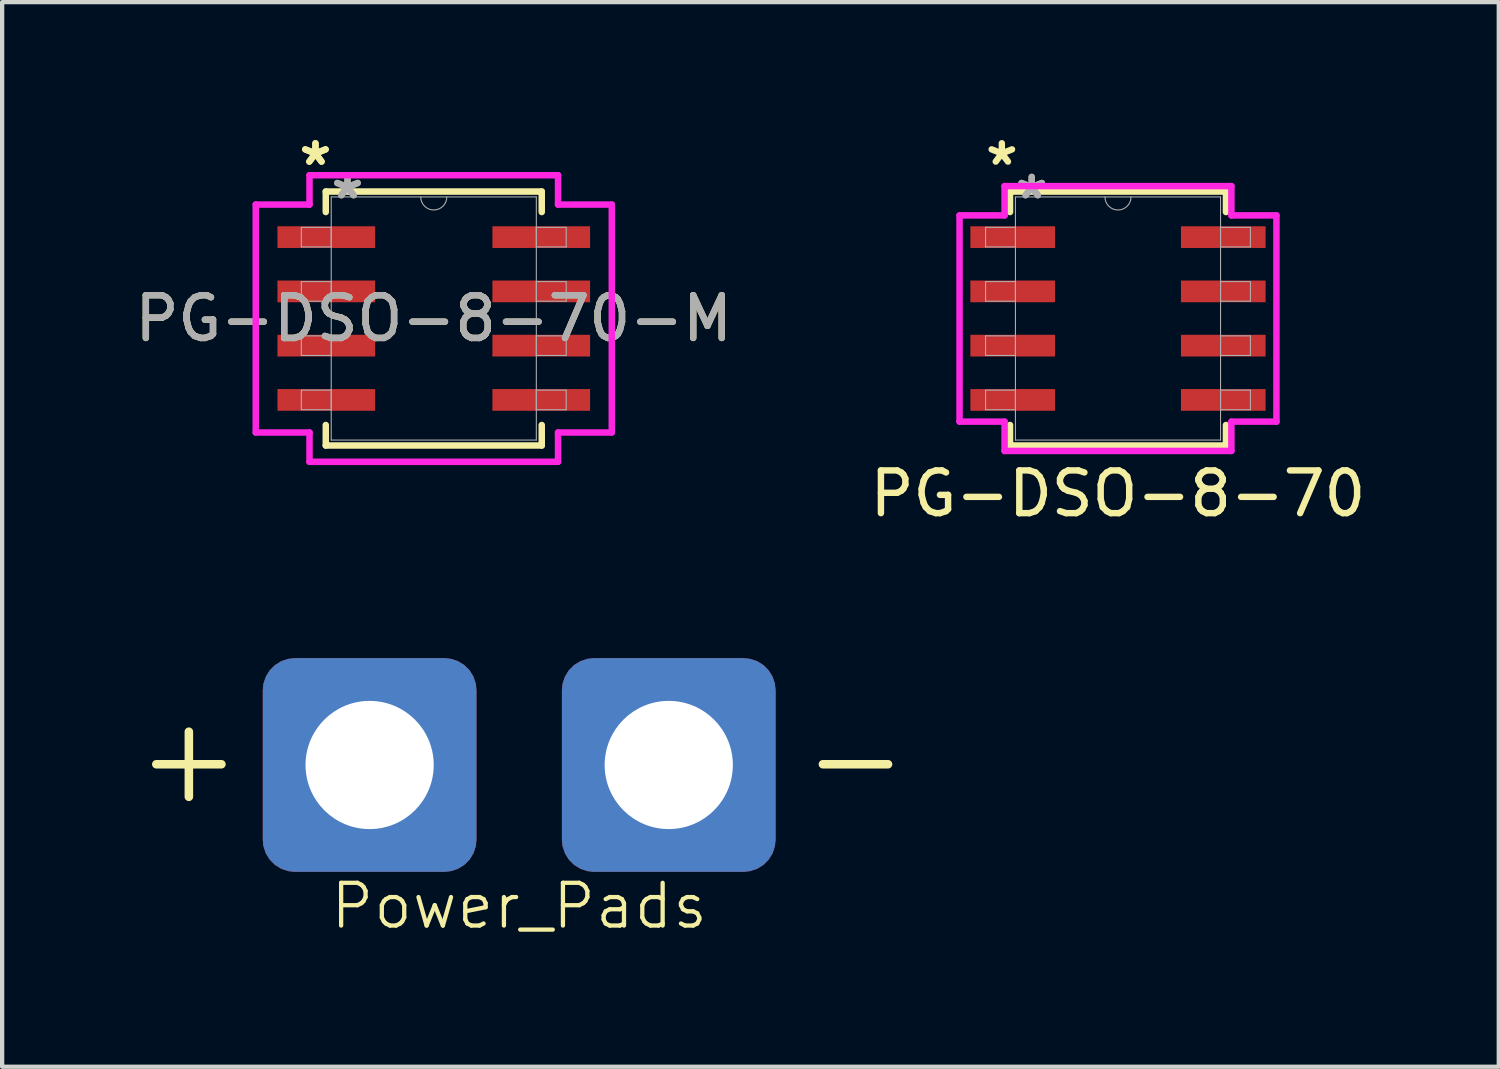
<source format=kicad_pcb>
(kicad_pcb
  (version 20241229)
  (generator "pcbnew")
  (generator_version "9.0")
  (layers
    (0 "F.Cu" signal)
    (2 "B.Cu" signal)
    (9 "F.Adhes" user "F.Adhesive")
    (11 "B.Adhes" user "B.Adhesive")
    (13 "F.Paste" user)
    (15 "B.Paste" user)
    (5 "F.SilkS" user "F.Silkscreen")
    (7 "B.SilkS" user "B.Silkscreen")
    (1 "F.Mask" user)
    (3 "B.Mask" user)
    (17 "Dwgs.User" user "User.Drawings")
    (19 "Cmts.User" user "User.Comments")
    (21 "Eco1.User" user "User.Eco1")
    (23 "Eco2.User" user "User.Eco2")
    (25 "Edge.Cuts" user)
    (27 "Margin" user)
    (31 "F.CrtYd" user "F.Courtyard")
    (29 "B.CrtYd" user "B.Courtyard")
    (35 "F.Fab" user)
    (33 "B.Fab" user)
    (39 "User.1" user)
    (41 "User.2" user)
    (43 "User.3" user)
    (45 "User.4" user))
  (footprint "PG-DSO-8-70"
    (layer "F.Cu")
    (at 23.113 4.404)
    (property "Reference" "PG-DSO-8-70" (at 0 4.1 0) (unlocked yes) (layer "F.SilkS") (effects (font (size 1 1) (thickness 0.15))))
    (attr smd)
    (fp_line (start -2.527 -2.972) (end -2.527 -2.492) (stroke (width 0.152) (type solid)) (layer "F.SilkS"))
    (fp_line (start -2.527 2.492) (end -2.527 2.972) (stroke (width 0.152) (type solid)) (layer "F.SilkS"))
    (fp_line (start -2.527 2.972) (end 2.527 2.972) (stroke (width 0.152) (type solid)) (layer "F.SilkS"))
    (fp_line (start 2.527 -2.972) (end -2.527 -2.972) (stroke (width 0.152) (type solid)) (layer "F.SilkS"))
    (fp_line (start 2.527 -2.492) (end 2.527 -2.972) (stroke (width 0.152) (type solid)) (layer "F.SilkS"))
    (fp_line (start 2.527 2.972) (end 2.527 2.492) (stroke (width 0.152) (type solid)) (layer "F.SilkS"))
    (fp_line (start -3.708 -2.413) (end -2.654 -2.413) (stroke (width 0.152) (type solid)) (layer "F.CrtYd"))
    (fp_line (start -3.708 2.413) (end -3.708 -2.413) (stroke (width 0.152) (type solid)) (layer "F.CrtYd"))
    (fp_line (start -3.708 2.413) (end -2.654 2.413) (stroke (width 0.152) (type solid)) (layer "F.CrtYd"))
    (fp_line (start -2.654 -3.099) (end 2.654 -3.099) (stroke (width 0.152) (type solid)) (layer "F.CrtYd"))
    (fp_line (start -2.654 -2.413) (end -2.654 -3.099) (stroke (width 0.152) (type solid)) (layer "F.CrtYd"))
    (fp_line (start -2.654 3.099) (end -2.654 2.413) (stroke (width 0.152) (type solid)) (layer "F.CrtYd"))
    (fp_line (start 2.654 -3.099) (end 2.654 -2.413) (stroke (width 0.152) (type solid)) (layer "F.CrtYd"))
    (fp_line (start 2.654 2.413) (end 2.654 3.099) (stroke (width 0.152) (type solid)) (layer "F.CrtYd"))
    (fp_line (start 2.654 3.099) (end -2.654 3.099) (stroke (width 0.152) (type solid)) (layer "F.CrtYd"))
    (fp_line (start 3.708 -2.413) (end 2.654 -2.413) (stroke (width 0.152) (type solid)) (layer "F.CrtYd"))
    (fp_line (start 3.708 -2.413) (end 3.708 2.413) (stroke (width 0.152) (type solid)) (layer "F.CrtYd"))
    (fp_line (start 3.708 2.413) (end 2.654 2.413) (stroke (width 0.152) (type solid)) (layer "F.CrtYd"))
    (fp_line (start -3.099 -2.134) (end -3.099 -1.676) (stroke (width 0.025) (type solid)) (layer "F.Fab"))
    (fp_line (start -3.099 -1.676) (end -2.4 -1.676) (stroke (width 0.025) (type solid)) (layer "F.Fab"))
    (fp_line (start -3.099 -0.864) (end -3.099 -0.406) (stroke (width 0.025) (type solid)) (layer "F.Fab"))
    (fp_line (start -3.099 -0.406) (end -2.4 -0.406) (stroke (width 0.025) (type solid)) (layer "F.Fab"))
    (fp_line (start -3.099 0.406) (end -3.099 0.864) (stroke (width 0.025) (type solid)) (layer "F.Fab"))
    (fp_line (start -3.099 0.864) (end -2.4 0.864) (stroke (width 0.025) (type solid)) (layer "F.Fab"))
    (fp_line (start -3.099 1.676) (end -3.099 2.134) (stroke (width 0.025) (type solid)) (layer "F.Fab"))
    (fp_line (start -3.099 2.134) (end -2.4 2.134) (stroke (width 0.025) (type solid)) (layer "F.Fab"))
    (fp_line (start -2.4 -2.845) (end -2.4 2.845) (stroke (width 0.025) (type solid)) (layer "F.Fab"))
    (fp_line (start -2.4 -2.134) (end -3.099 -2.134) (stroke (width 0.025) (type solid)) (layer "F.Fab"))
    (fp_line (start -2.4 -1.676) (end -2.4 -2.134) (stroke (width 0.025) (type solid)) (layer "F.Fab"))
    (fp_line (start -2.4 -0.864) (end -3.099 -0.864) (stroke (width 0.025) (type solid)) (layer "F.Fab"))
    (fp_line (start -2.4 -0.406) (end -2.4 -0.864) (stroke (width 0.025) (type solid)) (layer "F.Fab"))
    (fp_line (start -2.4 0.406) (end -3.099 0.406) (stroke (width 0.025) (type solid)) (layer "F.Fab"))
    (fp_line (start -2.4 0.864) (end -2.4 0.406) (stroke (width 0.025) (type solid)) (layer "F.Fab"))
    (fp_line (start -2.4 1.676) (end -3.099 1.676) (stroke (width 0.025) (type solid)) (layer "F.Fab"))
    (fp_line (start -2.4 2.134) (end -2.4 1.676) (stroke (width 0.025) (type solid)) (layer "F.Fab"))
    (fp_line (start -2.4 2.845) (end 2.4 2.845) (stroke (width 0.025) (type solid)) (layer "F.Fab"))
    (fp_line (start 2.4 -2.845) (end -2.4 -2.845) (stroke (width 0.025) (type solid)) (layer "F.Fab"))
    (fp_line (start 2.4 -2.134) (end 2.4 -1.676) (stroke (width 0.025) (type solid)) (layer "F.Fab"))
    (fp_line (start 2.4 -1.676) (end 3.099 -1.676) (stroke (width 0.025) (type solid)) (layer "F.Fab"))
    (fp_line (start 2.4 -0.864) (end 2.4 -0.406) (stroke (width 0.025) (type solid)) (layer "F.Fab"))
    (fp_line (start 2.4 -0.406) (end 3.099 -0.406) (stroke (width 0.025) (type solid)) (layer "F.Fab"))
    (fp_line (start 2.4 0.406) (end 2.4 0.864) (stroke (width 0.025) (type solid)) (layer "F.Fab"))
    (fp_line (start 2.4 0.864) (end 3.099 0.864) (stroke (width 0.025) (type solid)) (layer "F.Fab"))
    (fp_line (start 2.4 1.676) (end 2.4 2.134) (stroke (width 0.025) (type solid)) (layer "F.Fab"))
    (fp_line (start 2.4 2.134) (end 3.099 2.134) (stroke (width 0.025) (type solid)) (layer "F.Fab"))
    (fp_line (start 2.4 2.845) (end 2.4 -2.845) (stroke (width 0.025) (type solid)) (layer "F.Fab"))
    (fp_line (start 3.099 -2.134) (end 2.4 -2.134) (stroke (width 0.025) (type solid)) (layer "F.Fab"))
    (fp_line (start 3.099 -1.676) (end 3.099 -2.134) (stroke (width 0.025) (type solid)) (layer "F.Fab"))
    (fp_line (start 3.099 -0.864) (end 2.4 -0.864) (stroke (width 0.025) (type solid)) (layer "F.Fab"))
    (fp_line (start 3.099 -0.406) (end 3.099 -0.864) (stroke (width 0.025) (type solid)) (layer "F.Fab"))
    (fp_line (start 3.099 0.406) (end 2.4 0.406) (stroke (width 0.025) (type solid)) (layer "F.Fab"))
    (fp_line (start 3.099 0.864) (end 3.099 0.406) (stroke (width 0.025) (type solid)) (layer "F.Fab"))
    (fp_line (start 3.099 1.676) (end 2.4 1.676) (stroke (width 0.025) (type solid)) (layer "F.Fab"))
    (fp_line (start 3.099 2.134) (end 3.099 1.676) (stroke (width 0.025) (type solid)) (layer "F.Fab"))
    (fp_arc (start 0.3048 -2.8448) (mid 0 -2.54) (end -0.3048 -2.8448) (stroke (width 0.0254) (type solid)) (layer "F.Fab"))
    (fp_text user "*" (at -2.718 -3.556 0) (layer "F.SilkS") (effects (font (size 1 1) (thickness 0.15))))
    (fp_text user "*" (at -2.019 -2.769 0) (unlocked yes) (layer "F.Fab") (effects (font (size 1 1) (thickness 0.15))))
    (fp_text user "*" (at -2.019 -2.769 0) (layer "F.Fab") (effects (font (size 1 1) (thickness 0.15))))
    (pad "1" smd rect (at -2.464 -1.905) (size 1.981 0.508) (layers "F.Cu" "F.Mask" "F.Paste"))
    (pad "2" smd rect (at -2.464 -0.635) (size 1.981 0.508) (layers "F.Cu" "F.Mask" "F.Paste"))
    (pad "3" smd rect (at -2.464 0.635) (size 1.981 0.508) (layers "F.Cu" "F.Mask" "F.Paste"))
    (pad "4" smd rect (at -2.464 1.905) (size 1.981 0.508) (layers "F.Cu" "F.Mask" "F.Paste"))
    (pad "5" smd rect (at 2.464 1.905) (size 1.981 0.508) (layers "F.Cu" "F.Mask" "F.Paste"))
    (pad "6" smd rect (at 2.464 0.635) (size 1.981 0.508) (layers "F.Cu" "F.Mask" "F.Paste"))
    (pad "7" smd rect (at 2.464 -0.635) (size 1.981 0.508) (layers "F.Cu" "F.Mask" "F.Paste"))
    (pad "8" smd rect (at 2.464 -1.905) (size 1.981 0.508) (layers "F.Cu" "F.Mask" "F.Paste")))
  (footprint "Power_Pads"
    (layer "F.Cu")
    (at 9.1 14.852)
    (property "Reference" "Power_Pads" (at 0 3.3 0) (unlocked yes) (layer "F.SilkS") (effects (font (size 1 1) (thickness 0.1))))
    (fp_text user "+" (at -9.1 1 0) (unlocked yes) (layer "F.SilkS") (effects (font (size 2 2) (thickness 0.2)) (justify left bottom)))
    (fp_text user "-" (at 6.5 1 0) (unlocked yes) (layer "F.SilkS") (effects (font (size 2 2) (thickness 0.2)) (justify left bottom)))
    (pad "1" thru_hole roundrect (at -3.5 0) (size 5 5) (drill 3) (layers "*.Cu" "*.Mask") (roundrect_rratio 0.15))
    (pad "2" thru_hole roundrect (at 3.5 0) (size 5 5) (drill 3) (layers "*.Cu" "*.Mask") (roundrect_rratio 0.15)))
  (footprint "PG-DSO-8-70-M"
    (layer "F.Cu")
    (at 7.101 4.404)
    (property "Reference" "PG-DSO-8-70-M" (at 0 0 0) (unlocked yes) (layer "F.SilkS") (effects (font (size 1 1) (thickness 0.15))))
    (attr smd)
    (fp_line (start -2.527 -2.972) (end -2.527 -2.492) (stroke (width 0.152) (type solid)) (layer "F.SilkS"))
    (fp_line (start -2.527 2.492) (end -2.527 2.972) (stroke (width 0.152) (type solid)) (layer "F.SilkS"))
    (fp_line (start -2.527 2.972) (end 2.527 2.972) (stroke (width 0.152) (type solid)) (layer "F.SilkS"))
    (fp_line (start 2.527 -2.972) (end -2.527 -2.972) (stroke (width 0.152) (type solid)) (layer "F.SilkS"))
    (fp_line (start 2.527 -2.492) (end 2.527 -2.972) (stroke (width 0.152) (type solid)) (layer "F.SilkS"))
    (fp_line (start 2.527 2.972) (end 2.527 2.492) (stroke (width 0.152) (type solid)) (layer "F.SilkS"))
    (fp_line (start -4.166 -2.667) (end -2.908 -2.667) (stroke (width 0.152) (type solid)) (layer "F.CrtYd"))
    (fp_line (start -4.166 2.667) (end -4.166 -2.667) (stroke (width 0.152) (type solid)) (layer "F.CrtYd"))
    (fp_line (start -4.166 2.667) (end -2.908 2.667) (stroke (width 0.152) (type solid)) (layer "F.CrtYd"))
    (fp_line (start -2.908 -3.353) (end 2.908 -3.353) (stroke (width 0.152) (type solid)) (layer "F.CrtYd"))
    (fp_line (start -2.908 -2.667) (end -2.908 -3.353) (stroke (width 0.152) (type solid)) (layer "F.CrtYd"))
    (fp_line (start -2.908 3.353) (end -2.908 2.667) (stroke (width 0.152) (type solid)) (layer "F.CrtYd"))
    (fp_line (start 2.908 -3.353) (end 2.908 -2.667) (stroke (width 0.152) (type solid)) (layer "F.CrtYd"))
    (fp_line (start 2.908 2.667) (end 2.908 3.353) (stroke (width 0.152) (type solid)) (layer "F.CrtYd"))
    (fp_line (start 2.908 3.353) (end -2.908 3.353) (stroke (width 0.152) (type solid)) (layer "F.CrtYd"))
    (fp_line (start 4.166 -2.667) (end 2.908 -2.667) (stroke (width 0.152) (type solid)) (layer "F.CrtYd"))
    (fp_line (start 4.166 -2.667) (end 4.166 2.667) (stroke (width 0.152) (type solid)) (layer "F.CrtYd"))
    (fp_line (start 4.166 2.667) (end 2.908 2.667) (stroke (width 0.152) (type solid)) (layer "F.CrtYd"))
    (fp_line (start -3.099 -2.134) (end -3.099 -1.676) (stroke (width 0.025) (type solid)) (layer "F.Fab"))
    (fp_line (start -3.099 -1.676) (end -2.4 -1.676) (stroke (width 0.025) (type solid)) (layer "F.Fab"))
    (fp_line (start -3.099 -0.864) (end -3.099 -0.406) (stroke (width 0.025) (type solid)) (layer "F.Fab"))
    (fp_line (start -3.099 -0.406) (end -2.4 -0.406) (stroke (width 0.025) (type solid)) (layer "F.Fab"))
    (fp_line (start -3.099 0.406) (end -3.099 0.864) (stroke (width 0.025) (type solid)) (layer "F.Fab"))
    (fp_line (start -3.099 0.864) (end -2.4 0.864) (stroke (width 0.025) (type solid)) (layer "F.Fab"))
    (fp_line (start -3.099 1.676) (end -3.099 2.134) (stroke (width 0.025) (type solid)) (layer "F.Fab"))
    (fp_line (start -3.099 2.134) (end -2.4 2.134) (stroke (width 0.025) (type solid)) (layer "F.Fab"))
    (fp_line (start -2.4 -2.845) (end -2.4 2.845) (stroke (width 0.025) (type solid)) (layer "F.Fab"))
    (fp_line (start -2.4 -2.134) (end -3.099 -2.134) (stroke (width 0.025) (type solid)) (layer "F.Fab"))
    (fp_line (start -2.4 -1.676) (end -2.4 -2.134) (stroke (width 0.025) (type solid)) (layer "F.Fab"))
    (fp_line (start -2.4 -0.864) (end -3.099 -0.864) (stroke (width 0.025) (type solid)) (layer "F.Fab"))
    (fp_line (start -2.4 -0.406) (end -2.4 -0.864) (stroke (width 0.025) (type solid)) (layer "F.Fab"))
    (fp_line (start -2.4 0.406) (end -3.099 0.406) (stroke (width 0.025) (type solid)) (layer "F.Fab"))
    (fp_line (start -2.4 0.864) (end -2.4 0.406) (stroke (width 0.025) (type solid)) (layer "F.Fab"))
    (fp_line (start -2.4 1.676) (end -3.099 1.676) (stroke (width 0.025) (type solid)) (layer "F.Fab"))
    (fp_line (start -2.4 2.134) (end -2.4 1.676) (stroke (width 0.025) (type solid)) (layer "F.Fab"))
    (fp_line (start -2.4 2.845) (end 2.4 2.845) (stroke (width 0.025) (type solid)) (layer "F.Fab"))
    (fp_line (start 2.4 -2.845) (end -2.4 -2.845) (stroke (width 0.025) (type solid)) (layer "F.Fab"))
    (fp_line (start 2.4 -2.134) (end 2.4 -1.676) (stroke (width 0.025) (type solid)) (layer "F.Fab"))
    (fp_line (start 2.4 -1.676) (end 3.099 -1.676) (stroke (width 0.025) (type solid)) (layer "F.Fab"))
    (fp_line (start 2.4 -0.864) (end 2.4 -0.406) (stroke (width 0.025) (type solid)) (layer "F.Fab"))
    (fp_line (start 2.4 -0.406) (end 3.099 -0.406) (stroke (width 0.025) (type solid)) (layer "F.Fab"))
    (fp_line (start 2.4 0.406) (end 2.4 0.864) (stroke (width 0.025) (type solid)) (layer "F.Fab"))
    (fp_line (start 2.4 0.864) (end 3.099 0.864) (stroke (width 0.025) (type solid)) (layer "F.Fab"))
    (fp_line (start 2.4 1.676) (end 2.4 2.134) (stroke (width 0.025) (type solid)) (layer "F.Fab"))
    (fp_line (start 2.4 2.134) (end 3.099 2.134) (stroke (width 0.025) (type solid)) (layer "F.Fab"))
    (fp_line (start 2.4 2.845) (end 2.4 -2.845) (stroke (width 0.025) (type solid)) (layer "F.Fab"))
    (fp_line (start 3.099 -2.134) (end 2.4 -2.134) (stroke (width 0.025) (type solid)) (layer "F.Fab"))
    (fp_line (start 3.099 -1.676) (end 3.099 -2.134) (stroke (width 0.025) (type solid)) (layer "F.Fab"))
    (fp_line (start 3.099 -0.864) (end 2.4 -0.864) (stroke (width 0.025) (type solid)) (layer "F.Fab"))
    (fp_line (start 3.099 -0.406) (end 3.099 -0.864) (stroke (width 0.025) (type solid)) (layer "F.Fab"))
    (fp_line (start 3.099 0.406) (end 2.4 0.406) (stroke (width 0.025) (type solid)) (layer "F.Fab"))
    (fp_line (start 3.099 0.864) (end 3.099 0.406) (stroke (width 0.025) (type solid)) (layer "F.Fab"))
    (fp_line (start 3.099 1.676) (end 2.4 1.676) (stroke (width 0.025) (type solid)) (layer "F.Fab"))
    (fp_line (start 3.099 2.134) (end 3.099 1.676) (stroke (width 0.025) (type solid)) (layer "F.Fab"))
    (fp_arc (start 0.3048 -2.8448) (mid 0 -2.54) (end -0.3048 -2.8448) (stroke (width 0.0254) (type solid)) (layer "F.Fab"))
    (fp_text user "*" (at -2.769 -3.556 0) (unlocked yes) (layer "F.SilkS") (effects (font (size 1 1) (thickness 0.15))))
    (fp_text user "*" (at -2.769 -3.556 0) (layer "F.SilkS") (effects (font (size 1 1) (thickness 0.15))))
    (fp_text user "${REFERENCE}" (at 0 0 0) (unlocked yes) (layer "F.Fab") (effects (font (size 1 1) (thickness 0.15))))
    (fp_text user "*" (at -2.019 -2.769 0) (layer "F.Fab") (effects (font (size 1 1) (thickness 0.15))))
    (fp_text user "*" (at -2.019 -2.769 0) (unlocked yes) (layer "F.Fab") (effects (font (size 1 1) (thickness 0.15))))
    (pad "1" smd rect (at -2.515 -1.905) (size 2.286 0.508) (layers "F.Cu" "F.Mask" "F.Paste"))
    (pad "2" smd rect (at -2.515 -0.635) (size 2.286 0.508) (layers "F.Cu" "F.Mask" "F.Paste"))
    (pad "3" smd rect (at -2.515 0.635) (size 2.286 0.508) (layers "F.Cu" "F.Mask" "F.Paste"))
    (pad "4" smd rect (at -2.515 1.905) (size 2.286 0.508) (layers "F.Cu" "F.Mask" "F.Paste"))
    (pad "5" smd rect (at 2.515 1.905) (size 2.286 0.508) (layers "F.Cu" "F.Mask" "F.Paste"))
    (pad "6" smd rect (at 2.515 0.635) (size 2.286 0.508) (layers "F.Cu" "F.Mask" "F.Paste"))
    (pad "7" smd rect (at 2.515 -0.635) (size 2.286 0.508) (layers "F.Cu" "F.Mask" "F.Paste"))
    (pad "8" smd rect (at 2.515 -1.905) (size 2.286 0.508) (layers "F.Cu" "F.Mask" "F.Paste")))
  (gr_rect
    (start -3 -3)
    (end 32.024 21.913)
    (stroke (width 0.1) (type default))
    (fill no)
    (layer "Edge.Cuts")))
</source>
